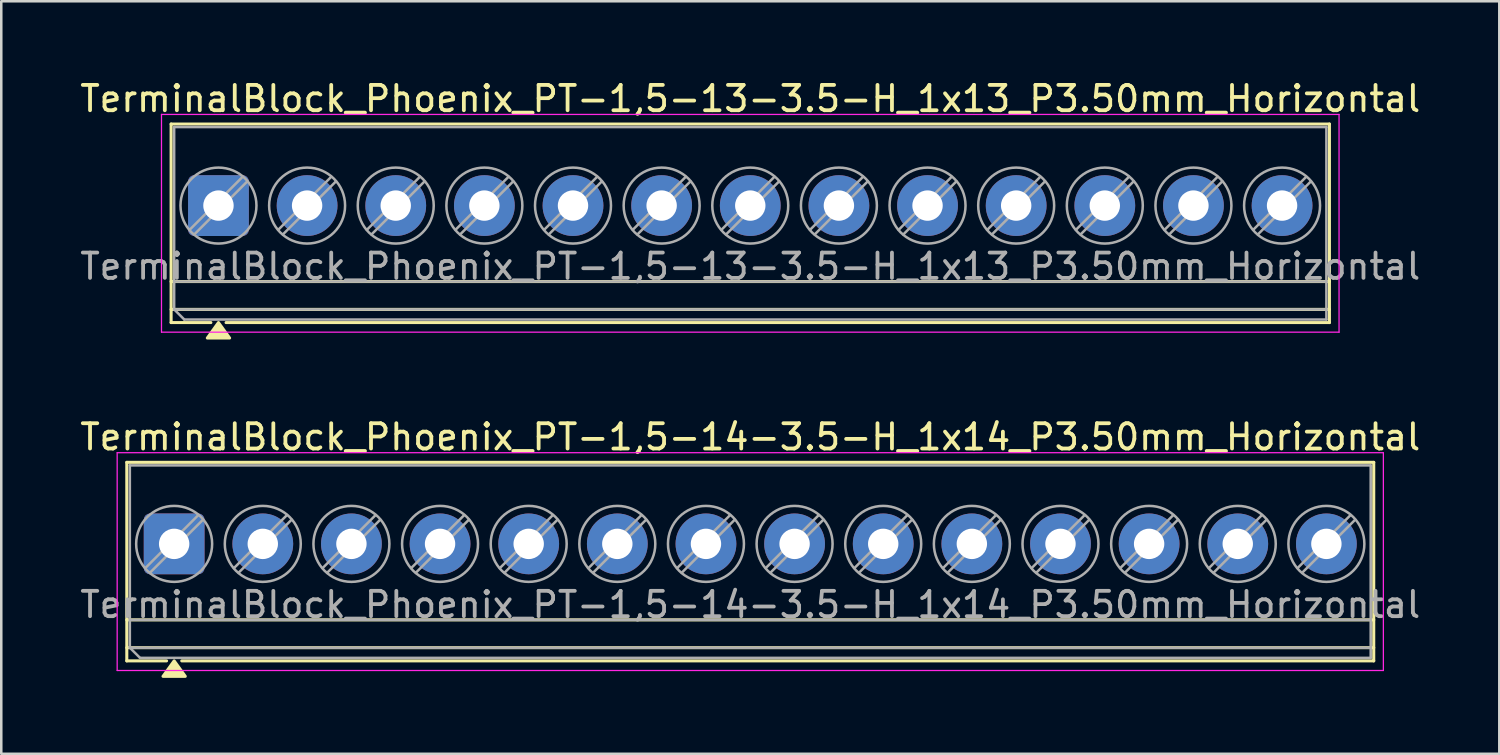
<source format=kicad_pcb>
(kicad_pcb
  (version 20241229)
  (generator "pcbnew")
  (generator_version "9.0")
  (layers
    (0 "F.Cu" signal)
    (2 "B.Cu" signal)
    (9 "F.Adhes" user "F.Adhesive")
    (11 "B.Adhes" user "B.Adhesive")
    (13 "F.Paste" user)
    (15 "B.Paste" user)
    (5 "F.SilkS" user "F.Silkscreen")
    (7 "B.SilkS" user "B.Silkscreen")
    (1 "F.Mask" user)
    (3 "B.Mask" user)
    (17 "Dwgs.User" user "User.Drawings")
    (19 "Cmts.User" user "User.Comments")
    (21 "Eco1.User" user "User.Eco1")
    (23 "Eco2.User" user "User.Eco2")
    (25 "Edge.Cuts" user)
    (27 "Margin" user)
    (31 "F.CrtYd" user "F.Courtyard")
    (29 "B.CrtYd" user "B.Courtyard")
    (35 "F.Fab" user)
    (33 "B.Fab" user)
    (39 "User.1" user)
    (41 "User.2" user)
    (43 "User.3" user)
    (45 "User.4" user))
  (footprint "TerminalBlock_Phoenix_PT-1,5-13-3.5-H_1x13_P3.50mm_Horizontal"
    (layer "F.Cu")
    (at 5.577 5.068)
    (property "Reference" "TerminalBlock_Phoenix_PT-1,5-13-3.5-H_1x13_P3.50mm_Horizontal" (at 21 -4.22 0) (layer "F.SilkS") (effects (font (size 1 1) (thickness 0.15))))
    (attr through_hole)
    (fp_line (start -1.87 -3.22) (end 43.87 -3.22) (stroke (width 0.12) (type solid)) (layer "F.SilkS"))
    (fp_line (start -1.87 3) (end 43.87 3) (stroke (width 0.12) (type solid)) (layer "F.SilkS"))
    (fp_line (start -1.87 4.1) (end 43.87 4.1) (stroke (width 0.12) (type solid)) (layer "F.SilkS"))
    (fp_line (start -1.87 4.62) (end -1.87 -3.22) (stroke (width 0.12) (type solid)) (layer "F.SilkS"))
    (fp_line (start -0.3 4.62) (end -1.87 4.62) (stroke (width 0.12) (type solid)) (layer "F.SilkS"))
    (fp_line (start 43.87 -3.22) (end 43.87 4.62) (stroke (width 0.12) (type solid)) (layer "F.SilkS"))
    (fp_line (start 43.87 4.62) (end 0.3 4.62) (stroke (width 0.12) (type solid)) (layer "F.SilkS"))
    (fp_poly (pts (xy 0 4.62) (xy 0.44 5.23) (xy -0.44 5.23)) (stroke (width 0.12) (type solid)) (fill yes) (layer "F.SilkS"))
    (fp_line (start -2.25 -3.6) (end -2.25 5) (stroke (width 0.05) (type solid)) (layer "F.CrtYd"))
    (fp_line (start -2.25 5) (end 44.25 5) (stroke (width 0.05) (type solid)) (layer "F.CrtYd"))
    (fp_line (start 44.25 -3.6) (end -2.25 -3.6) (stroke (width 0.05) (type solid)) (layer "F.CrtYd"))
    (fp_line (start 44.25 5) (end 44.25 -3.6) (stroke (width 0.05) (type solid)) (layer "F.CrtYd"))
    (fp_line (start -1.75 -3.1) (end 43.75 -3.1) (stroke (width 0.1) (type solid)) (layer "F.Fab"))
    (fp_line (start -1.75 3) (end 43.75 3) (stroke (width 0.1) (type solid)) (layer "F.Fab"))
    (fp_line (start -1.75 4.1) (end -1.75 -3.1) (stroke (width 0.1) (type solid)) (layer "F.Fab"))
    (fp_line (start -1.75 4.1) (end 43.75 4.1) (stroke (width 0.1) (type solid)) (layer "F.Fab"))
    (fp_line (start -1.35 4.5) (end -1.75 4.1) (stroke (width 0.1) (type solid)) (layer "F.Fab"))
    (fp_line (start 0.955 -1.138) (end -1.138 0.955) (stroke (width 0.1) (type solid)) (layer "F.Fab"))
    (fp_line (start 1.138 -0.955) (end -0.955 1.138) (stroke (width 0.1) (type solid)) (layer "F.Fab"))
    (fp_line (start 4.455 -1.138) (end 2.362 0.955) (stroke (width 0.1) (type solid)) (layer "F.Fab"))
    (fp_line (start 4.638 -0.955) (end 2.545 1.138) (stroke (width 0.1) (type solid)) (layer "F.Fab"))
    (fp_line (start 7.955 -1.138) (end 5.862 0.955) (stroke (width 0.1) (type solid)) (layer "F.Fab"))
    (fp_line (start 8.138 -0.955) (end 6.045 1.138) (stroke (width 0.1) (type solid)) (layer "F.Fab"))
    (fp_line (start 11.455 -1.138) (end 9.362 0.955) (stroke (width 0.1) (type solid)) (layer "F.Fab"))
    (fp_line (start 11.638 -0.955) (end 9.545 1.138) (stroke (width 0.1) (type solid)) (layer "F.Fab"))
    (fp_line (start 14.955 -1.138) (end 12.862 0.955) (stroke (width 0.1) (type solid)) (layer "F.Fab"))
    (fp_line (start 15.138 -0.955) (end 13.045 1.138) (stroke (width 0.1) (type solid)) (layer "F.Fab"))
    (fp_line (start 18.455 -1.138) (end 16.362 0.955) (stroke (width 0.1) (type solid)) (layer "F.Fab"))
    (fp_line (start 18.638 -0.955) (end 16.545 1.138) (stroke (width 0.1) (type solid)) (layer "F.Fab"))
    (fp_line (start 21.955 -1.138) (end 19.862 0.955) (stroke (width 0.1) (type solid)) (layer "F.Fab"))
    (fp_line (start 22.138 -0.955) (end 20.045 1.138) (stroke (width 0.1) (type solid)) (layer "F.Fab"))
    (fp_line (start 25.455 -1.138) (end 23.362 0.955) (stroke (width 0.1) (type solid)) (layer "F.Fab"))
    (fp_line (start 25.638 -0.955) (end 23.545 1.138) (stroke (width 0.1) (type solid)) (layer "F.Fab"))
    (fp_line (start 28.955 -1.138) (end 26.862 0.955) (stroke (width 0.1) (type solid)) (layer "F.Fab"))
    (fp_line (start 29.138 -0.955) (end 27.045 1.138) (stroke (width 0.1) (type solid)) (layer "F.Fab"))
    (fp_line (start 32.455 -1.138) (end 30.362 0.955) (stroke (width 0.1) (type solid)) (layer "F.Fab"))
    (fp_line (start 32.638 -0.955) (end 30.545 1.138) (stroke (width 0.1) (type solid)) (layer "F.Fab"))
    (fp_line (start 35.955 -1.138) (end 33.862 0.955) (stroke (width 0.1) (type solid)) (layer "F.Fab"))
    (fp_line (start 36.138 -0.955) (end 34.045 1.138) (stroke (width 0.1) (type solid)) (layer "F.Fab"))
    (fp_line (start 39.455 -1.138) (end 37.362 0.955) (stroke (width 0.1) (type solid)) (layer "F.Fab"))
    (fp_line (start 39.638 -0.955) (end 37.545 1.138) (stroke (width 0.1) (type solid)) (layer "F.Fab"))
    (fp_line (start 42.955 -1.138) (end 40.862 0.955) (stroke (width 0.1) (type solid)) (layer "F.Fab"))
    (fp_line (start 43.138 -0.955) (end 41.045 1.138) (stroke (width 0.1) (type solid)) (layer "F.Fab"))
    (fp_line (start 43.75 -3.1) (end 43.75 4.5) (stroke (width 0.1) (type solid)) (layer "F.Fab"))
    (fp_line (start 43.75 4.5) (end -1.35 4.5) (stroke (width 0.1) (type solid)) (layer "F.Fab"))
    (fp_circle (center 0 0) (end 1.5 0) (stroke (width 0.1) (type solid)) (fill no) (layer "F.Fab"))
    (fp_circle (center 3.5 0) (end 5 0) (stroke (width 0.1) (type solid)) (fill no) (layer "F.Fab"))
    (fp_circle (center 7 0) (end 8.5 0) (stroke (width 0.1) (type solid)) (fill no) (layer "F.Fab"))
    (fp_circle (center 10.5 0) (end 12 0) (stroke (width 0.1) (type solid)) (fill no) (layer "F.Fab"))
    (fp_circle (center 14 0) (end 15.5 0) (stroke (width 0.1) (type solid)) (fill no) (layer "F.Fab"))
    (fp_circle (center 17.5 0) (end 19 0) (stroke (width 0.1) (type solid)) (fill no) (layer "F.Fab"))
    (fp_circle (center 21 0) (end 22.5 0) (stroke (width 0.1) (type solid)) (fill no) (layer "F.Fab"))
    (fp_circle (center 24.5 0) (end 26 0) (stroke (width 0.1) (type solid)) (fill no) (layer "F.Fab"))
    (fp_circle (center 28 0) (end 29.5 0) (stroke (width 0.1) (type solid)) (fill no) (layer "F.Fab"))
    (fp_circle (center 31.5 0) (end 33 0) (stroke (width 0.1) (type solid)) (fill no) (layer "F.Fab"))
    (fp_circle (center 35 0) (end 36.5 0) (stroke (width 0.1) (type solid)) (fill no) (layer "F.Fab"))
    (fp_circle (center 38.5 0) (end 40 0) (stroke (width 0.1) (type solid)) (fill no) (layer "F.Fab"))
    (fp_circle (center 42 0) (end 43.5 0) (stroke (width 0.1) (type solid)) (fill no) (layer "F.Fab"))
    (fp_text user "${REFERENCE}" (at 21 2.4 0) (layer "F.Fab") (effects (font (size 1 1) (thickness 0.15))))
    (pad "1" thru_hole roundrect (at 0 0) (size 2.4 2.4) (drill 1.2) (layers "*.Cu" "*.Mask") (roundrect_rratio 0.104))
    (pad "2" thru_hole circle (at 3.5 0) (size 2.4 2.4) (drill 1.2) (layers "*.Cu" "*.Mask"))
    (pad "3" thru_hole circle (at 7 0) (size 2.4 2.4) (drill 1.2) (layers "*.Cu" "*.Mask"))
    (pad "4" thru_hole circle (at 10.5 0) (size 2.4 2.4) (drill 1.2) (layers "*.Cu" "*.Mask"))
    (pad "5" thru_hole circle (at 14 0) (size 2.4 2.4) (drill 1.2) (layers "*.Cu" "*.Mask"))
    (pad "6" thru_hole circle (at 17.5 0) (size 2.4 2.4) (drill 1.2) (layers "*.Cu" "*.Mask"))
    (pad "7" thru_hole circle (at 21 0) (size 2.4 2.4) (drill 1.2) (layers "*.Cu" "*.Mask"))
    (pad "8" thru_hole circle (at 24.5 0) (size 2.4 2.4) (drill 1.2) (layers "*.Cu" "*.Mask"))
    (pad "9" thru_hole circle (at 28 0) (size 2.4 2.4) (drill 1.2) (layers "*.Cu" "*.Mask"))
    (pad "10" thru_hole circle (at 31.5 0) (size 2.4 2.4) (drill 1.2) (layers "*.Cu" "*.Mask"))
    (pad "11" thru_hole circle (at 35 0) (size 2.4 2.4) (drill 1.2) (layers "*.Cu" "*.Mask"))
    (pad "12" thru_hole circle (at 38.5 0) (size 2.4 2.4) (drill 1.2) (layers "*.Cu" "*.Mask"))
    (pad "13" thru_hole circle (at 42 0) (size 2.4 2.4) (drill 1.2) (layers "*.Cu" "*.Mask")))
  (footprint "TerminalBlock_Phoenix_PT-1,5-14-3.5-H_1x14_P3.50mm_Horizontal"
    (layer "F.Cu")
    (at 3.827 18.427)
    (property "Reference" "TerminalBlock_Phoenix_PT-1,5-14-3.5-H_1x14_P3.50mm_Horizontal" (at 22.75 -4.22 0) (layer "F.SilkS") (effects (font (size 1 1) (thickness 0.15))))
    (attr through_hole)
    (fp_line (start -1.87 -3.22) (end 47.37 -3.22) (stroke (width 0.12) (type solid)) (layer "F.SilkS"))
    (fp_line (start -1.87 3) (end 47.37 3) (stroke (width 0.12) (type solid)) (layer "F.SilkS"))
    (fp_line (start -1.87 4.1) (end 47.37 4.1) (stroke (width 0.12) (type solid)) (layer "F.SilkS"))
    (fp_line (start -1.87 4.62) (end -1.87 -3.22) (stroke (width 0.12) (type solid)) (layer "F.SilkS"))
    (fp_line (start -0.3 4.62) (end -1.87 4.62) (stroke (width 0.12) (type solid)) (layer "F.SilkS"))
    (fp_line (start 47.37 -3.22) (end 47.37 4.62) (stroke (width 0.12) (type solid)) (layer "F.SilkS"))
    (fp_line (start 47.37 4.62) (end 0.3 4.62) (stroke (width 0.12) (type solid)) (layer "F.SilkS"))
    (fp_poly (pts (xy 0 4.62) (xy 0.44 5.23) (xy -0.44 5.23)) (stroke (width 0.12) (type solid)) (fill yes) (layer "F.SilkS"))
    (fp_line (start -2.25 -3.6) (end -2.25 5) (stroke (width 0.05) (type solid)) (layer "F.CrtYd"))
    (fp_line (start -2.25 5) (end 47.75 5) (stroke (width 0.05) (type solid)) (layer "F.CrtYd"))
    (fp_line (start 47.75 -3.6) (end -2.25 -3.6) (stroke (width 0.05) (type solid)) (layer "F.CrtYd"))
    (fp_line (start 47.75 5) (end 47.75 -3.6) (stroke (width 0.05) (type solid)) (layer "F.CrtYd"))
    (fp_line (start -1.75 -3.1) (end 47.25 -3.1) (stroke (width 0.1) (type solid)) (layer "F.Fab"))
    (fp_line (start -1.75 3) (end 47.25 3) (stroke (width 0.1) (type solid)) (layer "F.Fab"))
    (fp_line (start -1.75 4.1) (end -1.75 -3.1) (stroke (width 0.1) (type solid)) (layer "F.Fab"))
    (fp_line (start -1.75 4.1) (end 47.25 4.1) (stroke (width 0.1) (type solid)) (layer "F.Fab"))
    (fp_line (start -1.35 4.5) (end -1.75 4.1) (stroke (width 0.1) (type solid)) (layer "F.Fab"))
    (fp_line (start 0.955 -1.138) (end -1.138 0.955) (stroke (width 0.1) (type solid)) (layer "F.Fab"))
    (fp_line (start 1.138 -0.955) (end -0.955 1.138) (stroke (width 0.1) (type solid)) (layer "F.Fab"))
    (fp_line (start 4.455 -1.138) (end 2.362 0.955) (stroke (width 0.1) (type solid)) (layer "F.Fab"))
    (fp_line (start 4.638 -0.955) (end 2.545 1.138) (stroke (width 0.1) (type solid)) (layer "F.Fab"))
    (fp_line (start 7.955 -1.138) (end 5.862 0.955) (stroke (width 0.1) (type solid)) (layer "F.Fab"))
    (fp_line (start 8.138 -0.955) (end 6.045 1.138) (stroke (width 0.1) (type solid)) (layer "F.Fab"))
    (fp_line (start 11.455 -1.138) (end 9.362 0.955) (stroke (width 0.1) (type solid)) (layer "F.Fab"))
    (fp_line (start 11.638 -0.955) (end 9.545 1.138) (stroke (width 0.1) (type solid)) (layer "F.Fab"))
    (fp_line (start 14.955 -1.138) (end 12.862 0.955) (stroke (width 0.1) (type solid)) (layer "F.Fab"))
    (fp_line (start 15.138 -0.955) (end 13.045 1.138) (stroke (width 0.1) (type solid)) (layer "F.Fab"))
    (fp_line (start 18.455 -1.138) (end 16.362 0.955) (stroke (width 0.1) (type solid)) (layer "F.Fab"))
    (fp_line (start 18.638 -0.955) (end 16.545 1.138) (stroke (width 0.1) (type solid)) (layer "F.Fab"))
    (fp_line (start 21.955 -1.138) (end 19.862 0.955) (stroke (width 0.1) (type solid)) (layer "F.Fab"))
    (fp_line (start 22.138 -0.955) (end 20.045 1.138) (stroke (width 0.1) (type solid)) (layer "F.Fab"))
    (fp_line (start 25.455 -1.138) (end 23.362 0.955) (stroke (width 0.1) (type solid)) (layer "F.Fab"))
    (fp_line (start 25.638 -0.955) (end 23.545 1.138) (stroke (width 0.1) (type solid)) (layer "F.Fab"))
    (fp_line (start 28.955 -1.138) (end 26.862 0.955) (stroke (width 0.1) (type solid)) (layer "F.Fab"))
    (fp_line (start 29.138 -0.955) (end 27.045 1.138) (stroke (width 0.1) (type solid)) (layer "F.Fab"))
    (fp_line (start 32.455 -1.138) (end 30.362 0.955) (stroke (width 0.1) (type solid)) (layer "F.Fab"))
    (fp_line (start 32.638 -0.955) (end 30.545 1.138) (stroke (width 0.1) (type solid)) (layer "F.Fab"))
    (fp_line (start 35.955 -1.138) (end 33.862 0.955) (stroke (width 0.1) (type solid)) (layer "F.Fab"))
    (fp_line (start 36.138 -0.955) (end 34.045 1.138) (stroke (width 0.1) (type solid)) (layer "F.Fab"))
    (fp_line (start 39.455 -1.138) (end 37.362 0.955) (stroke (width 0.1) (type solid)) (layer "F.Fab"))
    (fp_line (start 39.638 -0.955) (end 37.545 1.138) (stroke (width 0.1) (type solid)) (layer "F.Fab"))
    (fp_line (start 42.955 -1.138) (end 40.862 0.955) (stroke (width 0.1) (type solid)) (layer "F.Fab"))
    (fp_line (start 43.138 -0.955) (end 41.045 1.138) (stroke (width 0.1) (type solid)) (layer "F.Fab"))
    (fp_line (start 46.455 -1.138) (end 44.362 0.955) (stroke (width 0.1) (type solid)) (layer "F.Fab"))
    (fp_line (start 46.638 -0.955) (end 44.545 1.138) (stroke (width 0.1) (type solid)) (layer "F.Fab"))
    (fp_line (start 47.25 -3.1) (end 47.25 4.5) (stroke (width 0.1) (type solid)) (layer "F.Fab"))
    (fp_line (start 47.25 4.5) (end -1.35 4.5) (stroke (width 0.1) (type solid)) (layer "F.Fab"))
    (fp_circle (center 0 0) (end 1.5 0) (stroke (width 0.1) (type solid)) (fill no) (layer "F.Fab"))
    (fp_circle (center 3.5 0) (end 5 0) (stroke (width 0.1) (type solid)) (fill no) (layer "F.Fab"))
    (fp_circle (center 7 0) (end 8.5 0) (stroke (width 0.1) (type solid)) (fill no) (layer "F.Fab"))
    (fp_circle (center 10.5 0) (end 12 0) (stroke (width 0.1) (type solid)) (fill no) (layer "F.Fab"))
    (fp_circle (center 14 0) (end 15.5 0) (stroke (width 0.1) (type solid)) (fill no) (layer "F.Fab"))
    (fp_circle (center 17.5 0) (end 19 0) (stroke (width 0.1) (type solid)) (fill no) (layer "F.Fab"))
    (fp_circle (center 21 0) (end 22.5 0) (stroke (width 0.1) (type solid)) (fill no) (layer "F.Fab"))
    (fp_circle (center 24.5 0) (end 26 0) (stroke (width 0.1) (type solid)) (fill no) (layer "F.Fab"))
    (fp_circle (center 28 0) (end 29.5 0) (stroke (width 0.1) (type solid)) (fill no) (layer "F.Fab"))
    (fp_circle (center 31.5 0) (end 33 0) (stroke (width 0.1) (type solid)) (fill no) (layer "F.Fab"))
    (fp_circle (center 35 0) (end 36.5 0) (stroke (width 0.1) (type solid)) (fill no) (layer "F.Fab"))
    (fp_circle (center 38.5 0) (end 40 0) (stroke (width 0.1) (type solid)) (fill no) (layer "F.Fab"))
    (fp_circle (center 42 0) (end 43.5 0) (stroke (width 0.1) (type solid)) (fill no) (layer "F.Fab"))
    (fp_circle (center 45.5 0) (end 47 0) (stroke (width 0.1) (type solid)) (fill no) (layer "F.Fab"))
    (fp_text user "${REFERENCE}" (at 22.75 2.4 0) (layer "F.Fab") (effects (font (size 1 1) (thickness 0.15))))
    (pad "1" thru_hole roundrect (at 0 0) (size 2.4 2.4) (drill 1.2) (layers "*.Cu" "*.Mask") (roundrect_rratio 0.104))
    (pad "2" thru_hole circle (at 3.5 0) (size 2.4 2.4) (drill 1.2) (layers "*.Cu" "*.Mask"))
    (pad "3" thru_hole circle (at 7 0) (size 2.4 2.4) (drill 1.2) (layers "*.Cu" "*.Mask"))
    (pad "4" thru_hole circle (at 10.5 0) (size 2.4 2.4) (drill 1.2) (layers "*.Cu" "*.Mask"))
    (pad "5" thru_hole circle (at 14 0) (size 2.4 2.4) (drill 1.2) (layers "*.Cu" "*.Mask"))
    (pad "6" thru_hole circle (at 17.5 0) (size 2.4 2.4) (drill 1.2) (layers "*.Cu" "*.Mask"))
    (pad "7" thru_hole circle (at 21 0) (size 2.4 2.4) (drill 1.2) (layers "*.Cu" "*.Mask"))
    (pad "8" thru_hole circle (at 24.5 0) (size 2.4 2.4) (drill 1.2) (layers "*.Cu" "*.Mask"))
    (pad "9" thru_hole circle (at 28 0) (size 2.4 2.4) (drill 1.2) (layers "*.Cu" "*.Mask"))
    (pad "10" thru_hole circle (at 31.5 0) (size 2.4 2.4) (drill 1.2) (layers "*.Cu" "*.Mask"))
    (pad "11" thru_hole circle (at 35 0) (size 2.4 2.4) (drill 1.2) (layers "*.Cu" "*.Mask"))
    (pad "12" thru_hole circle (at 38.5 0) (size 2.4 2.4) (drill 1.2) (layers "*.Cu" "*.Mask"))
    (pad "13" thru_hole circle (at 42 0) (size 2.4 2.4) (drill 1.2) (layers "*.Cu" "*.Mask"))
    (pad "14" thru_hole circle (at 45.5 0) (size 2.4 2.4) (drill 1.2) (layers "*.Cu" "*.Mask")))
  (gr_rect
    (start -3 -3)
    (end 56.155 26.716)
    (stroke (width 0.1) (type default))
    (fill no)
    (layer "Edge.Cuts")))
</source>
